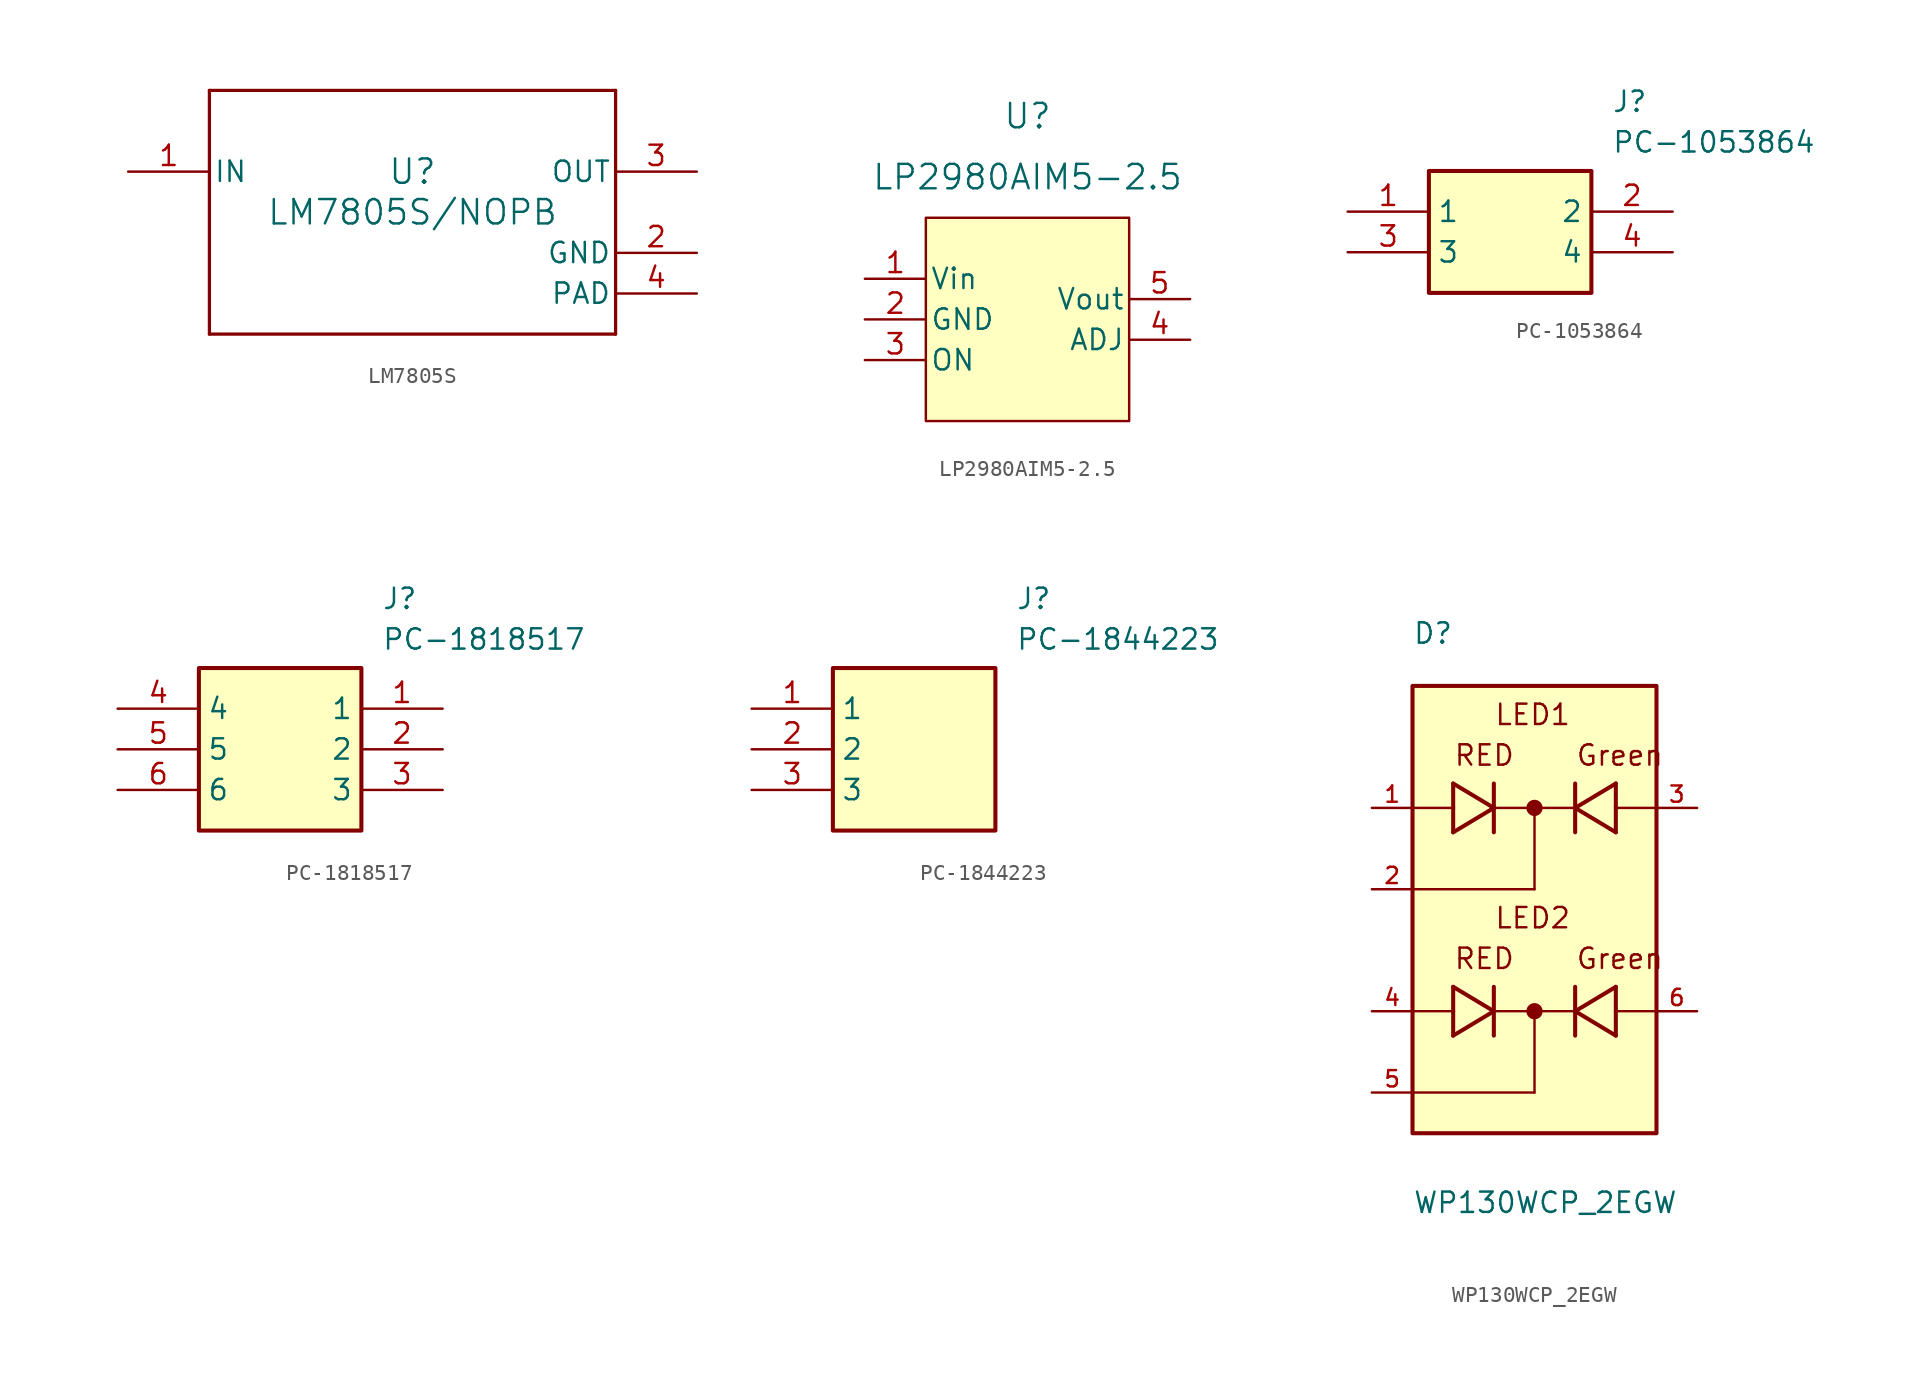
<source format=kicad_sym>
(kicad_symbol_lib
  (version 20241209)
  (generator "kicad_symbol_editor")
  (generator_version "9.0")
  (symbol "LM7805S"
    (pin_names
      (offset 0.254))
    (property "Reference" "U"
      (at 0 2.54 0)
      (effects (font (size 1.524 1.524))))
    (property "Value" "LM7805S/NOPB"
      (at 0 0 0)
      (effects (font (size 1.524 1.524))))
    (property "ki_locked" ""
      (at 0 0 0)
      (effects (font (size 1.27 1.27))))
    (symbol "LM7805S_0_1"
      (polyline (pts (xy -12.7 7.62) (xy -12.7 -7.62)) (stroke (width 0.203) (type default)) (fill (type none)))
      (polyline (pts (xy -12.7 -7.62) (xy 12.7 -7.62)) (stroke (width 0.203) (type default)) (fill (type none)))
      (polyline (pts (xy 12.7 7.62) (xy -12.7 7.62)) (stroke (width 0.203) (type default)) (fill (type none)))
      (polyline (pts (xy 12.7 -7.62) (xy 12.7 7.62)) (stroke (width 0.203) (type default)) (fill (type none)))
      (pin power_in line (at -17.78 2.54 0) (length 5.08) (name "IN" (effects (font (size 1.27 1.27)))) (number "1" (effects (font (size 1.27 1.27)))))
      (pin power_in line (at 17.78 2.54 180) (length 5.08) (name "OUT" (effects (font (size 1.27 1.27)))) (number "3" (effects (font (size 1.27 1.27)))))
      (pin power_in line (at 17.78 -2.54 180) (length 5.08) (name "GND" (effects (font (size 1.27 1.27)))) (number "2" (effects (font (size 1.27 1.27)))))
      (pin unspecified line (at 17.78 -5.08 180) (length 5.08) (name "PAD" (effects (font (size 1.27 1.27)))) (number "4" (effects (font (size 1.27 1.27)))))))
  (symbol "LP2980AIM5-2.5"
    (pin_names
      (offset 0.254))
    (property "Reference" "U"
      (at 27.94 10.16 0)
      (effects (font (size 1.524 1.524))))
    (property "Value" "LP2980AIM5-2.5"
      (at 27.94 6.35 0)
      (effects (font (size 1.524 1.524))))
    (property "ki_locked" ""
      (at 0 0 0)
      (effects (font (size 1.27 1.27))))
    (symbol "LP2980AIM5-2.5_1_1"
      (rectangle (start 21.59 3.81) (end 34.29 -8.89) (stroke (width 0) (type solid)) (fill (type color) (color 255 255 194 1)))
      (pin input line (at 17.78 0 0) (length 3.81) (name "Vin" (effects (font (size 1.27 1.27)))) (number "1" (effects (font (size 1.27 1.27)))))
      (pin passive line (at 17.78 -2.54 0) (length 3.81) (name "GND" (effects (font (size 1.27 1.27)))) (number "2" (effects (font (size 1.27 1.27)))))
      (pin passive line (at 17.78 -5.08 0) (length 3.81) (name "ON" (effects (font (size 1.27 1.27)))) (number "3" (effects (font (size 1.27 1.27)))))
      (pin output line (at 38.1 -1.27 180) (length 3.81) (name "Vout" (effects (font (size 1.27 1.27)))) (number "5" (effects (font (size 1.27 1.27)))))
      (pin passive line (at 38.1 -3.81 180) (length 3.81) (name "ADJ" (effects (font (size 1.27 1.27)))) (number "4" (effects (font (size 1.27 1.27)))))))
  (symbol "PC-1053864"
    (property "Reference" "J"
      (at 16.51 7.62 0)
      (effects (font (size 1.27 1.27)) (justify left top)))
    (property "Value" "PC-1053864"
      (at 16.51 5.08 0)
      (effects (font (size 1.27 1.27)) (justify left top)))
    (symbol "PC-1053864_1_1"
      (rectangle (start 5.08 2.54) (end 15.24 -5.08) (stroke (width 0.254) (type default)) (fill (type background)))
      (pin passive line (at 0 0 0) (length 5.08) (name "1" (effects (font (size 1.27 1.27)))) (number "1" (effects (font (size 1.27 1.27)))))
      (pin passive line (at 0 -2.54 0) (length 5.08) (name "3" (effects (font (size 1.27 1.27)))) (number "3" (effects (font (size 1.27 1.27)))))
      (pin passive line (at 20.32 0 180) (length 5.08) (name "2" (effects (font (size 1.27 1.27)))) (number "2" (effects (font (size 1.27 1.27)))))
      (pin passive line (at 20.32 -2.54 180) (length 5.08) (name "4" (effects (font (size 1.27 1.27)))) (number "4" (effects (font (size 1.27 1.27)))))))
  (symbol "PC-1818517"
    (property "Reference" "J"
      (at 16.51 7.62 0)
      (effects (font (size 1.27 1.27)) (justify left top)))
    (property "Value" "PC-1818517"
      (at 16.51 5.08 0)
      (effects (font (size 1.27 1.27)) (justify left top)))
    (symbol "PC-1818517_1_1"
      (rectangle (start 5.08 2.54) (end 15.24 -7.62) (stroke (width 0.254) (type default)) (fill (type background)))
      (pin passive line (at 0 0 0) (length 5.08) (name "4" (effects (font (size 1.27 1.27)))) (number "4" (effects (font (size 1.27 1.27)))))
      (pin passive line (at 0 -2.54 0) (length 5.08) (name "5" (effects (font (size 1.27 1.27)))) (number "5" (effects (font (size 1.27 1.27)))))
      (pin passive line (at 0 -5.08 0) (length 5.08) (name "6" (effects (font (size 1.27 1.27)))) (number "6" (effects (font (size 1.27 1.27)))))
      (pin passive line (at 20.32 0 180) (length 5.08) (name "1" (effects (font (size 1.27 1.27)))) (number "1" (effects (font (size 1.27 1.27)))))
      (pin passive line (at 20.32 -2.54 180) (length 5.08) (name "2" (effects (font (size 1.27 1.27)))) (number "2" (effects (font (size 1.27 1.27)))))
      (pin passive line (at 20.32 -5.08 180) (length 5.08) (name "3" (effects (font (size 1.27 1.27)))) (number "3" (effects (font (size 1.27 1.27)))))))
  (symbol "PC-1844223"
    (property "Reference" "J"
      (at 16.51 7.62 0)
      (effects (font (size 1.27 1.27)) (justify left top)))
    (property "Value" "PC-1844223"
      (at 16.51 5.08 0)
      (effects (font (size 1.27 1.27)) (justify left top)))
    (symbol "PC-1844223_1_1"
      (rectangle (start 5.08 2.54) (end 15.24 -7.62) (stroke (width 0.254) (type default)) (fill (type background)))
      (pin passive line (at 0 0 0) (length 5.08) (name "1" (effects (font (size 1.27 1.27)))) (number "1" (effects (font (size 1.27 1.27)))))
      (pin passive line (at 0 -2.54 0) (length 5.08) (name "2" (effects (font (size 1.27 1.27)))) (number "2" (effects (font (size 1.27 1.27)))))
      (pin passive line (at 0 -5.08 0) (length 5.08) (name "3" (effects (font (size 1.27 1.27)))) (number "3" (effects (font (size 1.27 1.27)))))))
  (symbol "WP130WCP_2EGW"
    (pin_names
      (offset 1.016))
    (property "Reference" "D"
      (at -7.62 17.78 0)
      (effects (font (size 1.27 1.27)) (justify left bottom)))
    (property "Value" "WP130WCP_2EGW"
      (at -7.62 -17.78 0)
      (effects (font (size 1.27 1.27)) (justify left bottom)))
    (symbol "WP130WCP_2EGW_0_0"
      (rectangle (start -7.62 -12.7) (end 7.62 15.24) (stroke (width 0.254) (type default)) (fill (type background)))
      (polyline (pts (xy -5.08 9.144) (xy -5.08 7.62)) (stroke (width 0.254) (type default)) (fill (type none)))
      (polyline (pts (xy -5.08 7.62) (xy -7.62 7.62)) (stroke (width 0.152) (type default)) (fill (type none)))
      (polyline (pts (xy -5.08 7.62) (xy -5.08 6.096)) (stroke (width 0.254) (type default)) (fill (type none)))
      (polyline (pts (xy -5.08 6.096) (xy -2.54 7.62)) (stroke (width 0.254) (type default)) (fill (type none)))
      (polyline (pts (xy -5.08 -3.556) (xy -5.08 -5.08)) (stroke (width 0.254) (type default)) (fill (type none)))
      (polyline (pts (xy -5.08 -5.08) (xy -7.62 -5.08)) (stroke (width 0.152) (type default)) (fill (type none)))
      (polyline (pts (xy -5.08 -5.08) (xy -5.08 -6.604)) (stroke (width 0.254) (type default)) (fill (type none)))
      (polyline (pts (xy -5.08 -6.604) (xy -2.54 -5.08)) (stroke (width 0.254) (type default)) (fill (type none)))
      (polyline (pts (xy -2.54 9.144) (xy -2.54 7.62)) (stroke (width 0.254) (type default)) (fill (type none)))
      (polyline (pts (xy -2.54 7.62) (xy -5.08 9.144)) (stroke (width 0.254) (type default)) (fill (type none)))
      (polyline (pts (xy -2.54 7.62) (xy -2.54 6.096)) (stroke (width 0.254) (type default)) (fill (type none)))
      (polyline (pts (xy -2.54 7.62) (xy 0 7.62)) (stroke (width 0.152) (type default)) (fill (type none)))
      (polyline (pts (xy -2.54 -3.556) (xy -2.54 -5.08)) (stroke (width 0.254) (type default)) (fill (type none)))
      (polyline (pts (xy -2.54 -5.08) (xy -5.08 -3.556)) (stroke (width 0.254) (type default)) (fill (type none)))
      (polyline (pts (xy -2.54 -5.08) (xy -2.54 -6.604)) (stroke (width 0.254) (type default)) (fill (type none)))
      (polyline (pts (xy -2.54 -5.08) (xy 0 -5.08)) (stroke (width 0.152) (type default)) (fill (type none)))
      (circle (center 0 7.62) (radius 0.254) (stroke (width 0.508) (type default)) (fill (type none)))
      (polyline (pts (xy 0 7.62) (xy 0 2.54)) (stroke (width 0.152) (type default)) (fill (type none)))
      (polyline (pts (xy 0 7.62) (xy 2.54 7.62)) (stroke (width 0.152) (type default)) (fill (type none)))
      (polyline (pts (xy 0 2.54) (xy -7.62 2.54)) (stroke (width 0.152) (type default)) (fill (type none)))
      (polyline (pts (xy 0 -5.08) (xy 0 -10.16)) (stroke (width 0.152) (type default)) (fill (type none)))
      (polyline (pts (xy 0 -5.08) (xy 2.54 -5.08)) (stroke (width 0.152) (type default)) (fill (type none)))
      (circle (center 0 -5.08) (radius 0.254) (stroke (width 0.508) (type default)) (fill (type none)))
      (polyline (pts (xy 0 -10.16) (xy -7.62 -10.16)) (stroke (width 0.152) (type default)) (fill (type none)))
      (polyline (pts (xy 2.54 7.62) (xy 2.54 9.144)) (stroke (width 0.254) (type default)) (fill (type none)))
      (polyline (pts (xy 2.54 7.62) (xy 5.08 6.096)) (stroke (width 0.254) (type default)) (fill (type none)))
      (polyline (pts (xy 2.54 6.096) (xy 2.54 7.62)) (stroke (width 0.254) (type default)) (fill (type none)))
      (polyline (pts (xy 2.54 -5.08) (xy 2.54 -3.556)) (stroke (width 0.254) (type default)) (fill (type none)))
      (polyline (pts (xy 2.54 -5.08) (xy 5.08 -6.604)) (stroke (width 0.254) (type default)) (fill (type none)))
      (polyline (pts (xy 2.54 -6.604) (xy 2.54 -5.08)) (stroke (width 0.254) (type default)) (fill (type none)))
      (polyline (pts (xy 5.08 9.144) (xy 2.54 7.62)) (stroke (width 0.254) (type default)) (fill (type none)))
      (polyline (pts (xy 5.08 7.62) (xy 5.08 9.144)) (stroke (width 0.254) (type default)) (fill (type none)))
      (polyline (pts (xy 5.08 7.62) (xy 7.62 7.62)) (stroke (width 0.152) (type default)) (fill (type none)))
      (polyline (pts (xy 5.08 6.096) (xy 5.08 7.62)) (stroke (width 0.254) (type default)) (fill (type none)))
      (polyline (pts (xy 5.08 -3.556) (xy 2.54 -5.08)) (stroke (width 0.254) (type default)) (fill (type none)))
      (polyline (pts (xy 5.08 -5.08) (xy 5.08 -3.556)) (stroke (width 0.254) (type default)) (fill (type none)))
      (polyline (pts (xy 5.08 -5.08) (xy 7.62 -5.08)) (stroke (width 0.152) (type default)) (fill (type none)))
      (polyline (pts (xy 5.08 -6.604) (xy 5.08 -5.08)) (stroke (width 0.254) (type default)) (fill (type none)))
      (text "RED" (at -5.08 10.16 0) (effects (font (size 1.27 1.27)) (justify left bottom)))
      (text "RED" (at -5.08 -2.54 0) (effects (font (size 1.27 1.27)) (justify left bottom)))
      (text "LED1" (at -2.54 12.7 0) (effects (font (size 1.27 1.27)) (justify left bottom)))
      (text "LED2" (at -2.54 0 0) (effects (font (size 1.27 1.27)) (justify left bottom)))
      (text "Green" (at 2.54 10.16 0) (effects (font (size 1.27 1.27)) (justify left bottom)))
      (text "Green" (at 2.54 -2.54 0) (effects (font (size 1.27 1.27)) (justify left bottom)))
      (pin passive line (at -10.16 7.62 0) (length 2.54) (name "~" (effects (font (size 1.016 1.016)))) (number "1" (effects (font (size 1.016 1.016)))))
      (pin passive line (at -10.16 2.54 0) (length 2.54) (name "~" (effects (font (size 1.016 1.016)))) (number "2" (effects (font (size 1.016 1.016)))))
      (pin passive line (at -10.16 -5.08 0) (length 2.54) (name "~" (effects (font (size 1.016 1.016)))) (number "4" (effects (font (size 1.016 1.016)))))
      (pin passive line (at -10.16 -10.16 0) (length 2.54) (name "~" (effects (font (size 1.016 1.016)))) (number "5" (effects (font (size 1.016 1.016)))))
      (pin passive line (at 10.16 7.62 180) (length 2.54) (name "~" (effects (font (size 1.016 1.016)))) (number "3" (effects (font (size 1.016 1.016)))))
      (pin passive line (at 10.16 -5.08 180) (length 2.54) (name "~" (effects (font (size 1.016 1.016)))) (number "6" (effects (font (size 1.016 1.016))))))))
</source>
